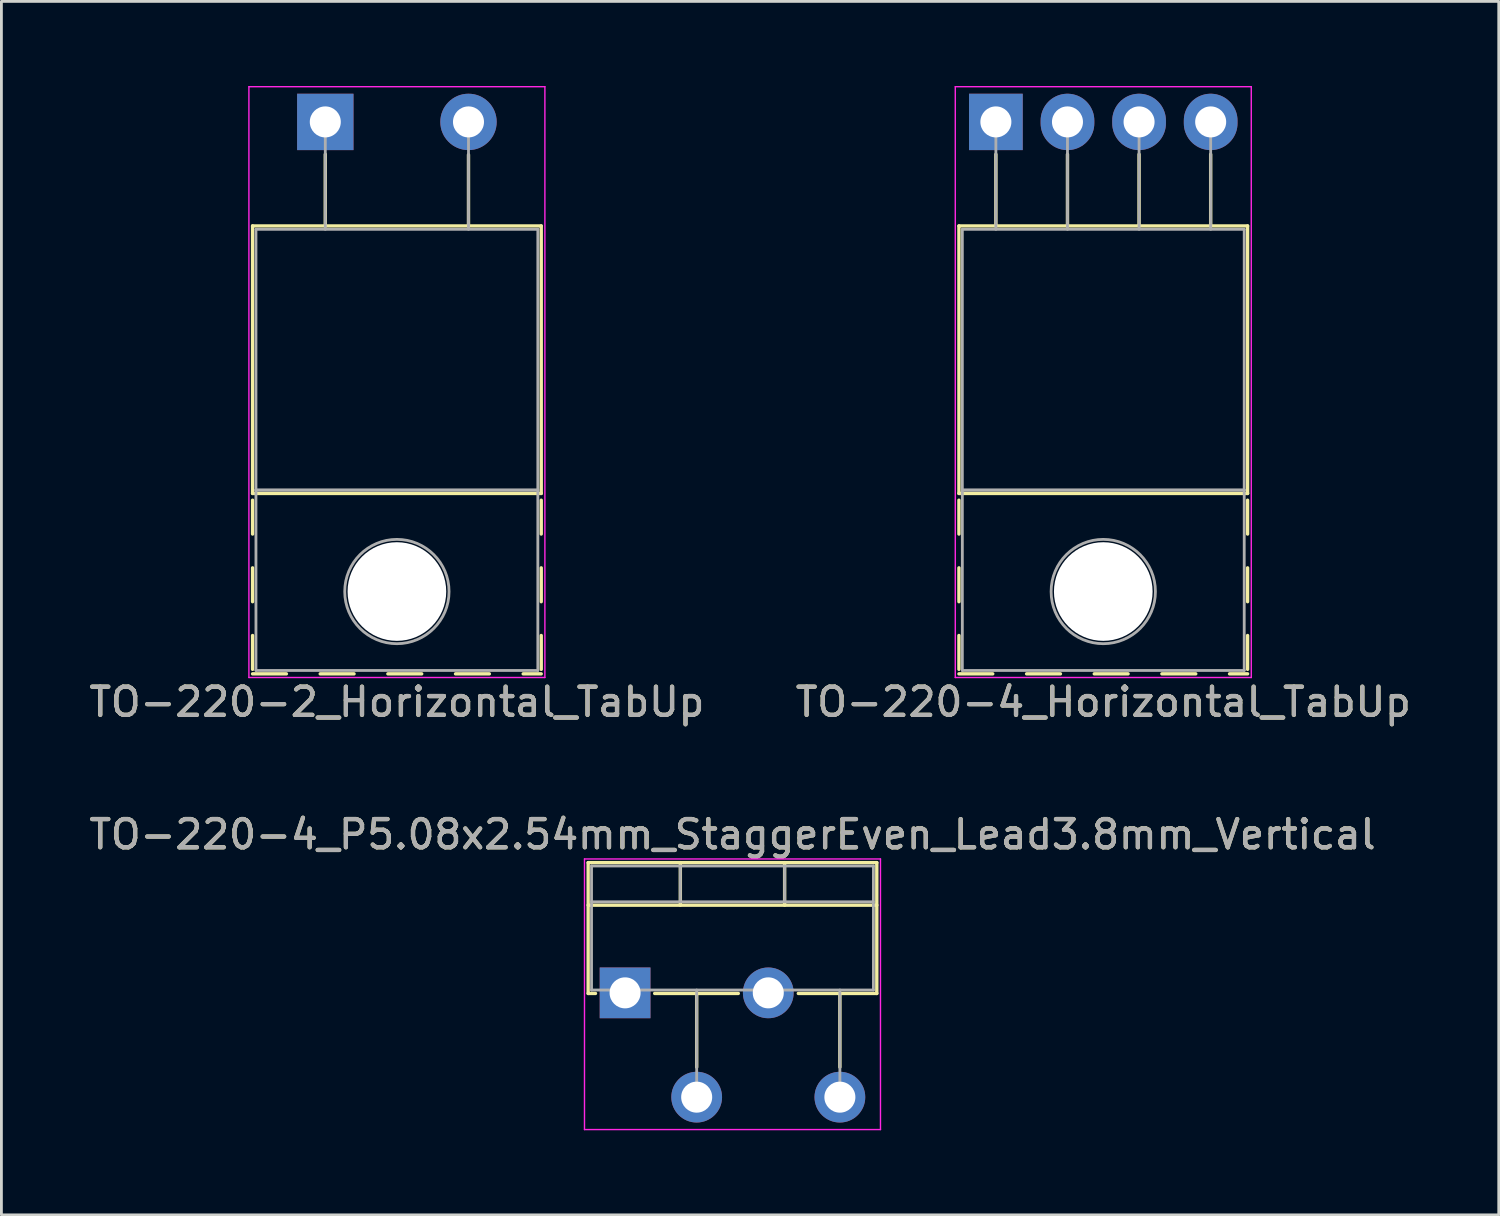
<source format=kicad_pcb>
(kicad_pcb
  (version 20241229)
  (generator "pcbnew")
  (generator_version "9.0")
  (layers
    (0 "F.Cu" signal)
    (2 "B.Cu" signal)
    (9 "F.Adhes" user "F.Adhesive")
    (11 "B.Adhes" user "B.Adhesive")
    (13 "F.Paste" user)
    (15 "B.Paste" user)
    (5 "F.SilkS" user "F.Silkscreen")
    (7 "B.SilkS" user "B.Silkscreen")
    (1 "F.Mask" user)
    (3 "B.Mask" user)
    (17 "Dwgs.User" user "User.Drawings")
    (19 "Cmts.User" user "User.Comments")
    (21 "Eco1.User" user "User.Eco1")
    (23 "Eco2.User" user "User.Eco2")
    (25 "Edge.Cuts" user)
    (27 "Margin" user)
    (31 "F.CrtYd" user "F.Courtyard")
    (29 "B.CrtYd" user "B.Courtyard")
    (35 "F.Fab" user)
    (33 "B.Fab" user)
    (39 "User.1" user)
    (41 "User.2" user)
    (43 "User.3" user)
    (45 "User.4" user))
  (footprint "TO-220-4_Horizontal_TabUp"
    (layer "F.Cu")
    (at 32.279 1.275)
    (property "Reference" "TO-220-4_Horizontal_TabUp" (at 3.81 20.58 0) (layer "F.SilkS") (effects (font (size 1 1) (thickness 0.15))))
    (attr through_hole)
    (fp_line (start -1.31 3.69) (end -1.31 13.18) (stroke (width 0.12) (type solid)) (layer "F.SilkS"))
    (fp_line (start -1.31 3.69) (end 8.93 3.69) (stroke (width 0.12) (type solid)) (layer "F.SilkS"))
    (fp_line (start -1.31 13.18) (end 8.93 13.18) (stroke (width 0.12) (type solid)) (layer "F.SilkS"))
    (fp_line (start -1.31 13.42) (end -1.31 14.62) (stroke (width 0.12) (type solid)) (layer "F.SilkS"))
    (fp_line (start -1.31 15.82) (end -1.31 17.02) (stroke (width 0.12) (type solid)) (layer "F.SilkS"))
    (fp_line (start -1.31 18.22) (end -1.31 19.42) (stroke (width 0.12) (type solid)) (layer "F.SilkS"))
    (fp_line (start -1.31 19.58) (end -0.111 19.58) (stroke (width 0.12) (type solid)) (layer "F.SilkS"))
    (fp_line (start 0 1.15) (end 0 3.69) (stroke (width 0.12) (type solid)) (layer "F.SilkS"))
    (fp_line (start 1.09 19.58) (end 2.29 19.58) (stroke (width 0.12) (type solid)) (layer "F.SilkS"))
    (fp_line (start 2.54 1.15) (end 2.54 3.69) (stroke (width 0.12) (type solid)) (layer "F.SilkS"))
    (fp_line (start 3.49 19.58) (end 4.69 19.58) (stroke (width 0.12) (type solid)) (layer "F.SilkS"))
    (fp_line (start 5.08 1.15) (end 5.08 3.69) (stroke (width 0.12) (type solid)) (layer "F.SilkS"))
    (fp_line (start 5.89 19.58) (end 7.091 19.58) (stroke (width 0.12) (type solid)) (layer "F.SilkS"))
    (fp_line (start 7.62 1.15) (end 7.62 3.69) (stroke (width 0.12) (type solid)) (layer "F.SilkS"))
    (fp_line (start 8.29 19.58) (end 8.93 19.58) (stroke (width 0.12) (type solid)) (layer "F.SilkS"))
    (fp_line (start 8.93 3.69) (end 8.93 13.18) (stroke (width 0.12) (type solid)) (layer "F.SilkS"))
    (fp_line (start 8.93 13.42) (end 8.93 14.62) (stroke (width 0.12) (type solid)) (layer "F.SilkS"))
    (fp_line (start 8.93 15.82) (end 8.93 17.02) (stroke (width 0.12) (type solid)) (layer "F.SilkS"))
    (fp_line (start 8.93 18.22) (end 8.93 19.42) (stroke (width 0.12) (type solid)) (layer "F.SilkS"))
    (fp_line (start -1.44 -1.25) (end -1.44 19.71) (stroke (width 0.05) (type solid)) (layer "F.CrtYd"))
    (fp_line (start -1.44 19.71) (end 9.06 19.71) (stroke (width 0.05) (type solid)) (layer "F.CrtYd"))
    (fp_line (start 9.06 -1.25) (end -1.44 -1.25) (stroke (width 0.05) (type solid)) (layer "F.CrtYd"))
    (fp_line (start 9.06 19.71) (end 9.06 -1.25) (stroke (width 0.05) (type solid)) (layer "F.CrtYd"))
    (fp_line (start -1.19 3.81) (end -1.19 13.06) (stroke (width 0.1) (type solid)) (layer "F.Fab"))
    (fp_line (start -1.19 13.06) (end -1.19 19.46) (stroke (width 0.1) (type solid)) (layer "F.Fab"))
    (fp_line (start -1.19 13.06) (end 8.81 13.06) (stroke (width 0.1) (type solid)) (layer "F.Fab"))
    (fp_line (start -1.19 19.46) (end 8.81 19.46) (stroke (width 0.1) (type solid)) (layer "F.Fab"))
    (fp_line (start 0 3.81) (end 0 0) (stroke (width 0.1) (type solid)) (layer "F.Fab"))
    (fp_line (start 2.54 3.81) (end 2.54 0) (stroke (width 0.1) (type solid)) (layer "F.Fab"))
    (fp_line (start 5.08 3.81) (end 5.08 0) (stroke (width 0.1) (type solid)) (layer "F.Fab"))
    (fp_line (start 7.62 3.81) (end 7.62 0) (stroke (width 0.1) (type solid)) (layer "F.Fab"))
    (fp_line (start 8.81 3.81) (end -1.19 3.81) (stroke (width 0.1) (type solid)) (layer "F.Fab"))
    (fp_line (start 8.81 13.06) (end -1.19 13.06) (stroke (width 0.1) (type solid)) (layer "F.Fab"))
    (fp_line (start 8.81 13.06) (end 8.81 3.81) (stroke (width 0.1) (type solid)) (layer "F.Fab"))
    (fp_line (start 8.81 19.46) (end 8.81 13.06) (stroke (width 0.1) (type solid)) (layer "F.Fab"))
    (fp_circle (center 3.81 16.66) (end 5.66 16.66) (stroke (width 0.1) (type solid)) (fill no) (layer "F.Fab"))
    (fp_text user "${REFERENCE}" (at 3.81 20.58 0) (layer "F.Fab") (effects (font (size 1 1) (thickness 0.15))))
    (pad "" np_thru_hole oval (at 3.81 16.66) (size 3.5 3.5) (drill 3.5) (layers "*.Cu" "*.Mask"))
    (pad "1" thru_hole rect (at 0 0) (size 1.905 2) (drill 1.1) (layers "*.Cu" "*.Mask"))
    (pad "2" thru_hole oval (at 2.54 0) (size 1.905 2) (drill 1.1) (layers "*.Cu" "*.Mask"))
    (pad "3" thru_hole oval (at 5.08 0) (size 1.905 2) (drill 1.1) (layers "*.Cu" "*.Mask"))
    (pad "4" thru_hole oval (at 7.62 0) (size 1.905 2) (drill 1.1) (layers "*.Cu" "*.Mask")))
  (footprint "TO-220-4_P5.08x2.54mm_StaggerEven_Lead3.8mm_Vertical"
    (layer "F.Cu")
    (at 19.125 32.172)
    (property "Reference" "TO-220-4_P5.08x2.54mm_StaggerEven_Lead3.8mm_Vertical" (at 3.81 -5.62 0) (layer "F.SilkS") (effects (font (size 1 1) (thickness 0.15))))
    (attr through_hole)
    (fp_line (start -1.31 -4.62) (end -1.31 0.021) (stroke (width 0.12) (type solid)) (layer "F.SilkS"))
    (fp_line (start -1.31 -4.62) (end 8.93 -4.62) (stroke (width 0.12) (type solid)) (layer "F.SilkS"))
    (fp_line (start -1.31 -3.111) (end 8.93 -3.111) (stroke (width 0.12) (type solid)) (layer "F.SilkS"))
    (fp_line (start -1.31 0.021) (end -1.05 0.021) (stroke (width 0.12) (type solid)) (layer "F.SilkS"))
    (fp_line (start 1.05 0.021) (end 4.016 0.021) (stroke (width 0.12) (type solid)) (layer "F.SilkS"))
    (fp_line (start 1.96 -4.62) (end 1.96 -3.111) (stroke (width 0.12) (type solid)) (layer "F.SilkS"))
    (fp_line (start 2.54 0.021) (end 2.54 2.635) (stroke (width 0.12) (type solid)) (layer "F.SilkS"))
    (fp_line (start 5.66 -4.62) (end 5.66 -3.111) (stroke (width 0.12) (type solid)) (layer "F.SilkS"))
    (fp_line (start 6.145 0.021) (end 8.93 0.021) (stroke (width 0.12) (type solid)) (layer "F.SilkS"))
    (fp_line (start 7.62 0.021) (end 7.62 2.635) (stroke (width 0.12) (type solid)) (layer "F.SilkS"))
    (fp_line (start 8.93 -4.62) (end 8.93 0.021) (stroke (width 0.12) (type solid)) (layer "F.SilkS"))
    (fp_line (start -1.44 -4.75) (end -1.44 4.85) (stroke (width 0.05) (type solid)) (layer "F.CrtYd"))
    (fp_line (start -1.44 4.85) (end 9.06 4.85) (stroke (width 0.05) (type solid)) (layer "F.CrtYd"))
    (fp_line (start 9.06 -4.75) (end -1.44 -4.75) (stroke (width 0.05) (type solid)) (layer "F.CrtYd"))
    (fp_line (start 9.06 4.85) (end 9.06 -4.75) (stroke (width 0.05) (type solid)) (layer "F.CrtYd"))
    (fp_line (start -1.19 -4.5) (end -1.19 -0.1) (stroke (width 0.1) (type solid)) (layer "F.Fab"))
    (fp_line (start -1.19 -3.23) (end 8.81 -3.23) (stroke (width 0.1) (type solid)) (layer "F.Fab"))
    (fp_line (start -1.19 -0.1) (end 8.81 -0.1) (stroke (width 0.1) (type solid)) (layer "F.Fab"))
    (fp_line (start 0 -0.1) (end 0 0) (stroke (width 0.1) (type solid)) (layer "F.Fab"))
    (fp_line (start 1.96 -4.5) (end 1.96 -3.23) (stroke (width 0.1) (type solid)) (layer "F.Fab"))
    (fp_line (start 2.54 -0.1) (end 2.54 3.7) (stroke (width 0.1) (type solid)) (layer "F.Fab"))
    (fp_line (start 5.08 -0.1) (end 5.08 0) (stroke (width 0.1) (type solid)) (layer "F.Fab"))
    (fp_line (start 5.66 -4.5) (end 5.66 -3.23) (stroke (width 0.1) (type solid)) (layer "F.Fab"))
    (fp_line (start 7.62 -0.1) (end 7.62 3.7) (stroke (width 0.1) (type solid)) (layer "F.Fab"))
    (fp_line (start 8.81 -4.5) (end -1.19 -4.5) (stroke (width 0.1) (type solid)) (layer "F.Fab"))
    (fp_line (start 8.81 -0.1) (end 8.81 -4.5) (stroke (width 0.1) (type solid)) (layer "F.Fab"))
    (fp_text user "${REFERENCE}" (at 3.81 -5.62 0) (layer "F.Fab") (effects (font (size 1 1) (thickness 0.15))))
    (pad "1" thru_hole rect (at 0 0) (size 1.8 1.8) (drill 1.1) (layers "*.Cu" "*.Mask"))
    (pad "2" thru_hole oval (at 2.54 3.7) (size 1.8 1.8) (drill 1.1) (layers "*.Cu" "*.Mask"))
    (pad "3" thru_hole oval (at 5.08 0) (size 1.8 1.8) (drill 1.1) (layers "*.Cu" "*.Mask"))
    (pad "4" thru_hole oval (at 7.62 3.7) (size 1.8 1.8) (drill 1.1) (layers "*.Cu" "*.Mask")))
  (footprint "TO-220-2_Horizontal_TabUp"
    (layer "F.Cu")
    (at 8.49 1.275)
    (property "Reference" "TO-220-2_Horizontal_TabUp" (at 2.54 20.58 0) (layer "F.SilkS") (effects (font (size 1 1) (thickness 0.15))))
    (attr through_hole)
    (fp_line (start -2.58 3.69) (end -2.58 13.18) (stroke (width 0.12) (type solid)) (layer "F.SilkS"))
    (fp_line (start -2.58 3.69) (end 7.66 3.69) (stroke (width 0.12) (type solid)) (layer "F.SilkS"))
    (fp_line (start -2.58 13.18) (end 7.66 13.18) (stroke (width 0.12) (type solid)) (layer "F.SilkS"))
    (fp_line (start -2.58 13.42) (end -2.58 14.62) (stroke (width 0.12) (type solid)) (layer "F.SilkS"))
    (fp_line (start -2.58 15.82) (end -2.58 17.02) (stroke (width 0.12) (type solid)) (layer "F.SilkS"))
    (fp_line (start -2.58 18.22) (end -2.58 19.42) (stroke (width 0.12) (type solid)) (layer "F.SilkS"))
    (fp_line (start -2.58 19.58) (end -1.38 19.58) (stroke (width 0.12) (type solid)) (layer "F.SilkS"))
    (fp_line (start -0.181 19.58) (end 1.02 19.58) (stroke (width 0.12) (type solid)) (layer "F.SilkS"))
    (fp_line (start 0 1.15) (end 0 3.69) (stroke (width 0.12) (type solid)) (layer "F.SilkS"))
    (fp_line (start 2.22 19.58) (end 3.42 19.58) (stroke (width 0.12) (type solid)) (layer "F.SilkS"))
    (fp_line (start 4.62 19.58) (end 5.82 19.58) (stroke (width 0.12) (type solid)) (layer "F.SilkS"))
    (fp_line (start 5.08 1.165) (end 5.08 3.69) (stroke (width 0.12) (type solid)) (layer "F.SilkS"))
    (fp_line (start 7.02 19.58) (end 7.66 19.58) (stroke (width 0.12) (type solid)) (layer "F.SilkS"))
    (fp_line (start 7.66 3.69) (end 7.66 13.18) (stroke (width 0.12) (type solid)) (layer "F.SilkS"))
    (fp_line (start 7.66 13.42) (end 7.66 14.62) (stroke (width 0.12) (type solid)) (layer "F.SilkS"))
    (fp_line (start 7.66 15.82) (end 7.66 17.02) (stroke (width 0.12) (type solid)) (layer "F.SilkS"))
    (fp_line (start 7.66 18.22) (end 7.66 19.42) (stroke (width 0.12) (type solid)) (layer "F.SilkS"))
    (fp_line (start -2.71 -1.25) (end -2.71 19.71) (stroke (width 0.05) (type solid)) (layer "F.CrtYd"))
    (fp_line (start -2.71 19.71) (end 7.79 19.71) (stroke (width 0.05) (type solid)) (layer "F.CrtYd"))
    (fp_line (start 7.79 -1.25) (end -2.71 -1.25) (stroke (width 0.05) (type solid)) (layer "F.CrtYd"))
    (fp_line (start 7.79 19.71) (end 7.79 -1.25) (stroke (width 0.05) (type solid)) (layer "F.CrtYd"))
    (fp_line (start -2.46 3.81) (end -2.46 13.06) (stroke (width 0.1) (type solid)) (layer "F.Fab"))
    (fp_line (start -2.46 13.06) (end -2.46 19.46) (stroke (width 0.1) (type solid)) (layer "F.Fab"))
    (fp_line (start -2.46 13.06) (end 7.54 13.06) (stroke (width 0.1) (type solid)) (layer "F.Fab"))
    (fp_line (start -2.46 19.46) (end 7.54 19.46) (stroke (width 0.1) (type solid)) (layer "F.Fab"))
    (fp_line (start 0 3.81) (end 0 0) (stroke (width 0.1) (type solid)) (layer "F.Fab"))
    (fp_line (start 5.08 3.81) (end 5.08 0) (stroke (width 0.1) (type solid)) (layer "F.Fab"))
    (fp_line (start 7.54 3.81) (end -2.46 3.81) (stroke (width 0.1) (type solid)) (layer "F.Fab"))
    (fp_line (start 7.54 13.06) (end -2.46 13.06) (stroke (width 0.1) (type solid)) (layer "F.Fab"))
    (fp_line (start 7.54 13.06) (end 7.54 3.81) (stroke (width 0.1) (type solid)) (layer "F.Fab"))
    (fp_line (start 7.54 19.46) (end 7.54 13.06) (stroke (width 0.1) (type solid)) (layer "F.Fab"))
    (fp_circle (center 2.54 16.66) (end 4.39 16.66) (stroke (width 0.1) (type solid)) (fill no) (layer "F.Fab"))
    (fp_text user "${REFERENCE}" (at 2.54 20.58 0) (layer "F.Fab") (effects (font (size 1 1) (thickness 0.15))))
    (pad "" np_thru_hole oval (at 2.54 16.66) (size 3.5 3.5) (drill 3.5) (layers "*.Cu" "*.Mask"))
    (pad "1" thru_hole rect (at 0 0) (size 2 2) (drill 1.1) (layers "*.Cu" "*.Mask"))
    (pad "2" thru_hole oval (at 5.08 0) (size 2 2) (drill 1.1) (layers "*.Cu" "*.Mask")))
  (gr_rect
    (start -3 -3)
    (end 50.119 40.047)
    (stroke (width 0.1) (type default))
    (fill no)
    (layer "Edge.Cuts")))
</source>
